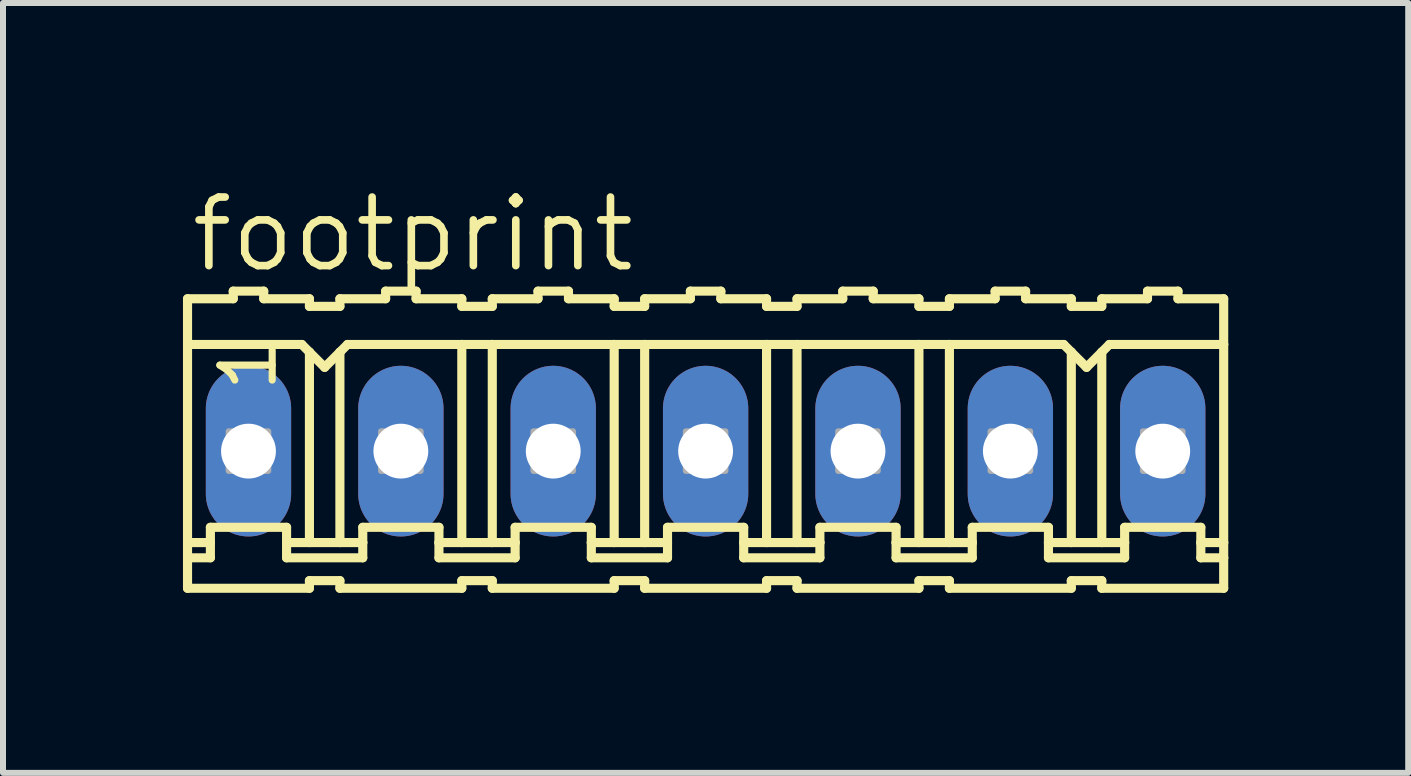
<source format=kicad_pcb>
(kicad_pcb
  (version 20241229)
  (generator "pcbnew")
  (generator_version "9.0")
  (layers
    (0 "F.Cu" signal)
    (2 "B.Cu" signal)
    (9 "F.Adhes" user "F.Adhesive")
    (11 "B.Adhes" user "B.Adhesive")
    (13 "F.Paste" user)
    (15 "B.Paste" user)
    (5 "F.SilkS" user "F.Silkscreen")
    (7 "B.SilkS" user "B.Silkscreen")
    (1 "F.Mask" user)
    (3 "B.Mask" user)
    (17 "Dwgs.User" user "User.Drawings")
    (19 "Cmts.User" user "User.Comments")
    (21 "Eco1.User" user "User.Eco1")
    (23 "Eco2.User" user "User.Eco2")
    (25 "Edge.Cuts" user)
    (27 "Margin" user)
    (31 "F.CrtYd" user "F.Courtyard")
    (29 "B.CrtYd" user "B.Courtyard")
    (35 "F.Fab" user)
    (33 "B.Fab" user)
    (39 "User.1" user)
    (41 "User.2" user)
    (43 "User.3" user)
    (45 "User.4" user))
  (footprint "footprint"
    (layer "F.Cu")
    (at 8.712 4.47)
    (property "Reference" "footprint" (at -8.636 -2.946 0) (layer "F.SilkS") (effects (font (size 1.143 1.143) (thickness 0.127)) (justify left bottom)))
    (fp_line (start -8.636 -2.54) (end -8.636 -1.778) (stroke (width 0.152) (type solid)) (layer "F.SilkS"))
    (fp_line (start -8.636 -2.54) (end -7.874 -2.54) (stroke (width 0.152) (type solid)) (layer "F.SilkS"))
    (fp_line (start -8.636 -1.778) (end -8.636 1.524) (stroke (width 0.152) (type solid)) (layer "F.SilkS"))
    (fp_line (start -8.636 1.524) (end -8.636 1.778) (stroke (width 0.152) (type solid)) (layer "F.SilkS"))
    (fp_line (start -8.636 1.778) (end -8.636 2.286) (stroke (width 0.152) (type solid)) (layer "F.SilkS"))
    (fp_line (start -8.636 1.778) (end -8.255 1.778) (stroke (width 0.152) (type solid)) (layer "F.SilkS"))
    (fp_line (start -8.255 1.27) (end -6.985 1.27) (stroke (width 0.152) (type solid)) (layer "F.SilkS"))
    (fp_line (start -8.255 1.524) (end -8.636 1.524) (stroke (width 0.152) (type solid)) (layer "F.SilkS"))
    (fp_line (start -8.255 1.524) (end -8.255 1.27) (stroke (width 0.152) (type solid)) (layer "F.SilkS"))
    (fp_line (start -8.255 1.778) (end -8.255 1.524) (stroke (width 0.152) (type solid)) (layer "F.SilkS"))
    (fp_line (start -7.874 -2.54) (end -7.874 -2.667) (stroke (width 0.152) (type solid)) (layer "F.SilkS"))
    (fp_line (start -7.366 -2.667) (end -7.874 -2.667) (stroke (width 0.152) (type solid)) (layer "F.SilkS"))
    (fp_line (start -7.366 -2.54) (end -7.366 -2.667) (stroke (width 0.152) (type solid)) (layer "F.SilkS"))
    (fp_line (start -6.985 1.524) (end -6.985 1.27) (stroke (width 0.152) (type solid)) (layer "F.SilkS"))
    (fp_line (start -6.985 1.524) (end -6.604 1.524) (stroke (width 0.152) (type solid)) (layer "F.SilkS"))
    (fp_line (start -6.985 1.778) (end -6.985 1.524) (stroke (width 0.152) (type solid)) (layer "F.SilkS"))
    (fp_line (start -6.731 -1.778) (end -8.636 -1.778) (stroke (width 0.152) (type solid)) (layer "F.SilkS"))
    (fp_line (start -6.731 -1.778) (end -6.604 -1.651) (stroke (width 0.152) (type solid)) (layer "F.SilkS"))
    (fp_line (start -6.604 -2.54) (end -7.366 -2.54) (stroke (width 0.152) (type solid)) (layer "F.SilkS"))
    (fp_line (start -6.604 -2.413) (end -6.604 -2.54) (stroke (width 0.152) (type solid)) (layer "F.SilkS"))
    (fp_line (start -6.604 -2.413) (end -6.096 -2.413) (stroke (width 0.152) (type solid)) (layer "F.SilkS"))
    (fp_line (start -6.604 -1.651) (end -6.604 1.524) (stroke (width 0.152) (type solid)) (layer "F.SilkS"))
    (fp_line (start -6.604 -1.651) (end -6.35 -1.397) (stroke (width 0.152) (type solid)) (layer "F.SilkS"))
    (fp_line (start -6.604 1.524) (end -6.096 1.524) (stroke (width 0.152) (type solid)) (layer "F.SilkS"))
    (fp_line (start -6.604 2.159) (end -6.604 2.286) (stroke (width 0.152) (type solid)) (layer "F.SilkS"))
    (fp_line (start -6.604 2.286) (end -8.636 2.286) (stroke (width 0.152) (type solid)) (layer "F.SilkS"))
    (fp_line (start -6.35 -1.397) (end -6.096 -1.651) (stroke (width 0.152) (type solid)) (layer "F.SilkS"))
    (fp_line (start -6.096 -2.54) (end -5.334 -2.54) (stroke (width 0.152) (type solid)) (layer "F.SilkS"))
    (fp_line (start -6.096 -2.413) (end -6.096 -2.54) (stroke (width 0.152) (type solid)) (layer "F.SilkS"))
    (fp_line (start -6.096 -1.651) (end -6.096 1.524) (stroke (width 0.152) (type solid)) (layer "F.SilkS"))
    (fp_line (start -6.096 -1.651) (end -5.969 -1.778) (stroke (width 0.152) (type solid)) (layer "F.SilkS"))
    (fp_line (start -6.096 1.524) (end -5.715 1.524) (stroke (width 0.152) (type solid)) (layer "F.SilkS"))
    (fp_line (start -6.096 2.159) (end -6.604 2.159) (stroke (width 0.152) (type solid)) (layer "F.SilkS"))
    (fp_line (start -6.096 2.159) (end -6.096 2.286) (stroke (width 0.152) (type solid)) (layer "F.SilkS"))
    (fp_line (start -6.096 2.286) (end -4.064 2.286) (stroke (width 0.152) (type solid)) (layer "F.SilkS"))
    (fp_line (start -5.969 -1.778) (end -4.064 -1.778) (stroke (width 0.152) (type solid)) (layer "F.SilkS"))
    (fp_line (start -5.715 1.27) (end -4.445 1.27) (stroke (width 0.152) (type solid)) (layer "F.SilkS"))
    (fp_line (start -5.715 1.524) (end -5.715 1.27) (stroke (width 0.152) (type solid)) (layer "F.SilkS"))
    (fp_line (start -5.715 1.778) (end -6.985 1.778) (stroke (width 0.152) (type solid)) (layer "F.SilkS"))
    (fp_line (start -5.715 1.778) (end -5.715 1.524) (stroke (width 0.152) (type solid)) (layer "F.SilkS"))
    (fp_line (start -5.334 -2.54) (end -5.334 -2.667) (stroke (width 0.152) (type solid)) (layer "F.SilkS"))
    (fp_line (start -4.826 -2.667) (end -5.334 -2.667) (stroke (width 0.152) (type solid)) (layer "F.SilkS"))
    (fp_line (start -4.826 -2.54) (end -4.826 -2.667) (stroke (width 0.152) (type solid)) (layer "F.SilkS"))
    (fp_line (start -4.826 -2.54) (end -4.064 -2.54) (stroke (width 0.152) (type solid)) (layer "F.SilkS"))
    (fp_line (start -4.445 1.524) (end -4.445 1.27) (stroke (width 0.152) (type solid)) (layer "F.SilkS"))
    (fp_line (start -4.445 1.524) (end -4.064 1.524) (stroke (width 0.152) (type solid)) (layer "F.SilkS"))
    (fp_line (start -4.445 1.778) (end -4.445 1.524) (stroke (width 0.152) (type solid)) (layer "F.SilkS"))
    (fp_line (start -4.445 1.778) (end -3.175 1.778) (stroke (width 0.152) (type solid)) (layer "F.SilkS"))
    (fp_line (start -4.064 -2.413) (end -4.064 -2.54) (stroke (width 0.152) (type solid)) (layer "F.SilkS"))
    (fp_line (start -4.064 -1.778) (end -4.064 1.524) (stroke (width 0.152) (type solid)) (layer "F.SilkS"))
    (fp_line (start -4.064 -1.778) (end -3.556 -1.778) (stroke (width 0.152) (type solid)) (layer "F.SilkS"))
    (fp_line (start -4.064 1.524) (end -3.556 1.524) (stroke (width 0.152) (type solid)) (layer "F.SilkS"))
    (fp_line (start -4.064 2.159) (end -4.064 2.286) (stroke (width 0.152) (type solid)) (layer "F.SilkS"))
    (fp_line (start -3.556 -2.54) (end -2.794 -2.54) (stroke (width 0.152) (type solid)) (layer "F.SilkS"))
    (fp_line (start -3.556 -2.413) (end -4.064 -2.413) (stroke (width 0.152) (type solid)) (layer "F.SilkS"))
    (fp_line (start -3.556 -2.413) (end -3.556 -2.54) (stroke (width 0.152) (type solid)) (layer "F.SilkS"))
    (fp_line (start -3.556 -1.778) (end -3.556 1.524) (stroke (width 0.152) (type solid)) (layer "F.SilkS"))
    (fp_line (start -3.556 -1.778) (end -1.524 -1.778) (stroke (width 0.152) (type solid)) (layer "F.SilkS"))
    (fp_line (start -3.556 1.524) (end -3.175 1.524) (stroke (width 0.152) (type solid)) (layer "F.SilkS"))
    (fp_line (start -3.556 2.159) (end -4.064 2.159) (stroke (width 0.152) (type solid)) (layer "F.SilkS"))
    (fp_line (start -3.556 2.159) (end -3.556 2.286) (stroke (width 0.152) (type solid)) (layer "F.SilkS"))
    (fp_line (start -3.175 1.27) (end -1.905 1.27) (stroke (width 0.152) (type solid)) (layer "F.SilkS"))
    (fp_line (start -3.175 1.524) (end -3.175 1.27) (stroke (width 0.152) (type solid)) (layer "F.SilkS"))
    (fp_line (start -3.175 1.778) (end -3.175 1.524) (stroke (width 0.152) (type solid)) (layer "F.SilkS"))
    (fp_line (start -2.794 -2.54) (end -2.794 -2.667) (stroke (width 0.152) (type solid)) (layer "F.SilkS"))
    (fp_line (start -2.286 -2.667) (end -2.794 -2.667) (stroke (width 0.152) (type solid)) (layer "F.SilkS"))
    (fp_line (start -2.286 -2.54) (end -2.286 -2.667) (stroke (width 0.152) (type solid)) (layer "F.SilkS"))
    (fp_line (start -2.286 -2.54) (end -1.524 -2.54) (stroke (width 0.152) (type solid)) (layer "F.SilkS"))
    (fp_line (start -1.905 1.524) (end -1.905 1.27) (stroke (width 0.152) (type solid)) (layer "F.SilkS"))
    (fp_line (start -1.905 1.524) (end -1.524 1.524) (stroke (width 0.152) (type solid)) (layer "F.SilkS"))
    (fp_line (start -1.905 1.778) (end -1.905 1.524) (stroke (width 0.152) (type solid)) (layer "F.SilkS"))
    (fp_line (start -1.524 -2.54) (end -1.524 -2.413) (stroke (width 0.152) (type solid)) (layer "F.SilkS"))
    (fp_line (start -1.524 -1.778) (end -1.524 1.524) (stroke (width 0.152) (type solid)) (layer "F.SilkS"))
    (fp_line (start -1.524 2.159) (end -1.524 2.286) (stroke (width 0.152) (type solid)) (layer "F.SilkS"))
    (fp_line (start -1.524 2.286) (end -3.556 2.286) (stroke (width 0.152) (type solid)) (layer "F.SilkS"))
    (fp_line (start -1.016 -2.54) (end -1.016 -2.413) (stroke (width 0.152) (type solid)) (layer "F.SilkS"))
    (fp_line (start -1.016 -2.54) (end -0.254 -2.54) (stroke (width 0.152) (type solid)) (layer "F.SilkS"))
    (fp_line (start -1.016 -2.413) (end -1.524 -2.413) (stroke (width 0.152) (type solid)) (layer "F.SilkS"))
    (fp_line (start -1.016 -1.778) (end -1.524 -1.778) (stroke (width 0.152) (type solid)) (layer "F.SilkS"))
    (fp_line (start -1.016 -1.778) (end -1.016 1.524) (stroke (width 0.152) (type solid)) (layer "F.SilkS"))
    (fp_line (start -1.016 -1.778) (end 1.016 -1.778) (stroke (width 0.152) (type solid)) (layer "F.SilkS"))
    (fp_line (start -1.016 1.524) (end -1.524 1.524) (stroke (width 0.152) (type solid)) (layer "F.SilkS"))
    (fp_line (start -1.016 2.159) (end -1.524 2.159) (stroke (width 0.152) (type solid)) (layer "F.SilkS"))
    (fp_line (start -1.016 2.159) (end -1.016 2.286) (stroke (width 0.152) (type solid)) (layer "F.SilkS"))
    (fp_line (start -0.635 1.27) (end 0.635 1.27) (stroke (width 0.152) (type solid)) (layer "F.SilkS"))
    (fp_line (start -0.635 1.524) (end -1.016 1.524) (stroke (width 0.152) (type solid)) (layer "F.SilkS"))
    (fp_line (start -0.635 1.524) (end -0.635 1.27) (stroke (width 0.152) (type solid)) (layer "F.SilkS"))
    (fp_line (start -0.635 1.778) (end -1.905 1.778) (stroke (width 0.152) (type solid)) (layer "F.SilkS"))
    (fp_line (start -0.635 1.778) (end -0.635 1.524) (stroke (width 0.152) (type solid)) (layer "F.SilkS"))
    (fp_line (start -0.254 -2.54) (end -0.254 -2.667) (stroke (width 0.152) (type solid)) (layer "F.SilkS"))
    (fp_line (start 0.254 -2.667) (end -0.254 -2.667) (stroke (width 0.152) (type solid)) (layer "F.SilkS"))
    (fp_line (start 0.254 -2.54) (end 0.254 -2.667) (stroke (width 0.152) (type solid)) (layer "F.SilkS"))
    (fp_line (start 0.635 1.524) (end 0.635 1.27) (stroke (width 0.152) (type solid)) (layer "F.SilkS"))
    (fp_line (start 0.635 1.524) (end 1.016 1.524) (stroke (width 0.152) (type solid)) (layer "F.SilkS"))
    (fp_line (start 0.635 1.778) (end 0.635 1.524) (stroke (width 0.152) (type solid)) (layer "F.SilkS"))
    (fp_line (start 1.016 -2.54) (end 0.254 -2.54) (stroke (width 0.152) (type solid)) (layer "F.SilkS"))
    (fp_line (start 1.016 -2.413) (end 1.016 -2.54) (stroke (width 0.152) (type solid)) (layer "F.SilkS"))
    (fp_line (start 1.016 -2.413) (end 1.524 -2.413) (stroke (width 0.152) (type solid)) (layer "F.SilkS"))
    (fp_line (start 1.016 -1.778) (end 1.016 1.524) (stroke (width 0.152) (type solid)) (layer "F.SilkS"))
    (fp_line (start 1.016 -1.778) (end 1.524 -1.778) (stroke (width 0.152) (type solid)) (layer "F.SilkS"))
    (fp_line (start 1.016 1.524) (end 1.524 1.524) (stroke (width 0.152) (type solid)) (layer "F.SilkS"))
    (fp_line (start 1.016 2.159) (end 1.016 2.286) (stroke (width 0.152) (type solid)) (layer "F.SilkS"))
    (fp_line (start 1.016 2.286) (end -1.016 2.286) (stroke (width 0.152) (type solid)) (layer "F.SilkS"))
    (fp_line (start 1.524 -2.54) (end 2.286 -2.54) (stroke (width 0.152) (type solid)) (layer "F.SilkS"))
    (fp_line (start 1.524 -2.413) (end 1.524 -2.54) (stroke (width 0.152) (type solid)) (layer "F.SilkS"))
    (fp_line (start 1.524 -1.778) (end 1.524 1.524) (stroke (width 0.152) (type solid)) (layer "F.SilkS"))
    (fp_line (start 1.524 -1.778) (end 3.556 -1.778) (stroke (width 0.152) (type solid)) (layer "F.SilkS"))
    (fp_line (start 1.524 1.524) (end 1.905 1.524) (stroke (width 0.152) (type solid)) (layer "F.SilkS"))
    (fp_line (start 1.524 2.159) (end 1.016 2.159) (stroke (width 0.152) (type solid)) (layer "F.SilkS"))
    (fp_line (start 1.524 2.159) (end 1.524 2.286) (stroke (width 0.152) (type solid)) (layer "F.SilkS"))
    (fp_line (start 1.905 1.27) (end 3.175 1.27) (stroke (width 0.152) (type solid)) (layer "F.SilkS"))
    (fp_line (start 1.905 1.524) (end 1.905 1.27) (stroke (width 0.152) (type solid)) (layer "F.SilkS"))
    (fp_line (start 1.905 1.778) (end 0.635 1.778) (stroke (width 0.152) (type solid)) (layer "F.SilkS"))
    (fp_line (start 1.905 1.778) (end 1.905 1.524) (stroke (width 0.152) (type solid)) (layer "F.SilkS"))
    (fp_line (start 2.286 -2.54) (end 2.286 -2.667) (stroke (width 0.152) (type solid)) (layer "F.SilkS"))
    (fp_line (start 2.794 -2.667) (end 2.286 -2.667) (stroke (width 0.152) (type solid)) (layer "F.SilkS"))
    (fp_line (start 2.794 -2.54) (end 2.794 -2.667) (stroke (width 0.152) (type solid)) (layer "F.SilkS"))
    (fp_line (start 3.175 1.524) (end 3.175 1.27) (stroke (width 0.152) (type solid)) (layer "F.SilkS"))
    (fp_line (start 3.175 1.524) (end 3.556 1.524) (stroke (width 0.152) (type solid)) (layer "F.SilkS"))
    (fp_line (start 3.175 1.778) (end 3.175 1.524) (stroke (width 0.152) (type solid)) (layer "F.SilkS"))
    (fp_line (start 3.556 -2.54) (end 2.794 -2.54) (stroke (width 0.152) (type solid)) (layer "F.SilkS"))
    (fp_line (start 3.556 -2.413) (end 3.556 -2.54) (stroke (width 0.152) (type solid)) (layer "F.SilkS"))
    (fp_line (start 3.556 -2.413) (end 4.064 -2.413) (stroke (width 0.152) (type solid)) (layer "F.SilkS"))
    (fp_line (start 3.556 -1.778) (end 3.556 1.524) (stroke (width 0.152) (type solid)) (layer "F.SilkS"))
    (fp_line (start 3.556 -1.778) (end 4.064 -1.778) (stroke (width 0.152) (type solid)) (layer "F.SilkS"))
    (fp_line (start 3.556 1.524) (end 4.064 1.524) (stroke (width 0.152) (type solid)) (layer "F.SilkS"))
    (fp_line (start 3.556 2.159) (end 3.556 2.286) (stroke (width 0.152) (type solid)) (layer "F.SilkS"))
    (fp_line (start 3.556 2.286) (end 1.524 2.286) (stroke (width 0.152) (type solid)) (layer "F.SilkS"))
    (fp_line (start 4.064 -2.54) (end 4.826 -2.54) (stroke (width 0.152) (type solid)) (layer "F.SilkS"))
    (fp_line (start 4.064 -2.413) (end 4.064 -2.54) (stroke (width 0.152) (type solid)) (layer "F.SilkS"))
    (fp_line (start 4.064 -1.778) (end 4.064 1.524) (stroke (width 0.152) (type solid)) (layer "F.SilkS"))
    (fp_line (start 4.064 -1.778) (end 5.969 -1.778) (stroke (width 0.152) (type solid)) (layer "F.SilkS"))
    (fp_line (start 4.064 1.524) (end 4.445 1.524) (stroke (width 0.152) (type solid)) (layer "F.SilkS"))
    (fp_line (start 4.064 2.159) (end 3.556 2.159) (stroke (width 0.152) (type solid)) (layer "F.SilkS"))
    (fp_line (start 4.064 2.159) (end 4.064 2.286) (stroke (width 0.152) (type solid)) (layer "F.SilkS"))
    (fp_line (start 4.445 1.27) (end 5.715 1.27) (stroke (width 0.152) (type solid)) (layer "F.SilkS"))
    (fp_line (start 4.445 1.524) (end 4.445 1.27) (stroke (width 0.152) (type solid)) (layer "F.SilkS"))
    (fp_line (start 4.445 1.778) (end 3.175 1.778) (stroke (width 0.152) (type solid)) (layer "F.SilkS"))
    (fp_line (start 4.445 1.778) (end 4.445 1.524) (stroke (width 0.152) (type solid)) (layer "F.SilkS"))
    (fp_line (start 4.826 -2.54) (end 4.826 -2.667) (stroke (width 0.152) (type solid)) (layer "F.SilkS"))
    (fp_line (start 5.334 -2.667) (end 4.826 -2.667) (stroke (width 0.152) (type solid)) (layer "F.SilkS"))
    (fp_line (start 5.334 -2.54) (end 5.334 -2.667) (stroke (width 0.152) (type solid)) (layer "F.SilkS"))
    (fp_line (start 5.334 -2.54) (end 6.096 -2.54) (stroke (width 0.152) (type solid)) (layer "F.SilkS"))
    (fp_line (start 5.715 1.524) (end 5.715 1.27) (stroke (width 0.152) (type solid)) (layer "F.SilkS"))
    (fp_line (start 5.715 1.524) (end 6.096 1.524) (stroke (width 0.152) (type solid)) (layer "F.SilkS"))
    (fp_line (start 5.715 1.778) (end 5.715 1.524) (stroke (width 0.152) (type solid)) (layer "F.SilkS"))
    (fp_line (start 5.715 1.778) (end 6.985 1.778) (stroke (width 0.152) (type solid)) (layer "F.SilkS"))
    (fp_line (start 5.969 -1.778) (end 6.096 -1.651) (stroke (width 0.152) (type solid)) (layer "F.SilkS"))
    (fp_line (start 6.096 -2.413) (end 6.096 -2.54) (stroke (width 0.152) (type solid)) (layer "F.SilkS"))
    (fp_line (start 6.096 -1.651) (end 6.096 1.524) (stroke (width 0.152) (type solid)) (layer "F.SilkS"))
    (fp_line (start 6.096 -1.651) (end 6.35 -1.397) (stroke (width 0.152) (type solid)) (layer "F.SilkS"))
    (fp_line (start 6.096 1.524) (end 6.604 1.524) (stroke (width 0.152) (type solid)) (layer "F.SilkS"))
    (fp_line (start 6.096 2.159) (end 6.096 2.286) (stroke (width 0.152) (type solid)) (layer "F.SilkS"))
    (fp_line (start 6.096 2.286) (end 4.064 2.286) (stroke (width 0.152) (type solid)) (layer "F.SilkS"))
    (fp_line (start 6.35 -1.397) (end 6.604 -1.651) (stroke (width 0.152) (type solid)) (layer "F.SilkS"))
    (fp_line (start 6.604 -2.54) (end 7.366 -2.54) (stroke (width 0.152) (type solid)) (layer "F.SilkS"))
    (fp_line (start 6.604 -2.413) (end 6.096 -2.413) (stroke (width 0.152) (type solid)) (layer "F.SilkS"))
    (fp_line (start 6.604 -2.413) (end 6.604 -2.54) (stroke (width 0.152) (type solid)) (layer "F.SilkS"))
    (fp_line (start 6.604 -1.651) (end 6.604 1.524) (stroke (width 0.152) (type solid)) (layer "F.SilkS"))
    (fp_line (start 6.604 -1.651) (end 6.731 -1.778) (stroke (width 0.152) (type solid)) (layer "F.SilkS"))
    (fp_line (start 6.604 1.524) (end 6.985 1.524) (stroke (width 0.152) (type solid)) (layer "F.SilkS"))
    (fp_line (start 6.604 2.159) (end 6.096 2.159) (stroke (width 0.152) (type solid)) (layer "F.SilkS"))
    (fp_line (start 6.604 2.159) (end 6.604 2.286) (stroke (width 0.152) (type solid)) (layer "F.SilkS"))
    (fp_line (start 6.731 -1.778) (end 8.636 -1.778) (stroke (width 0.152) (type solid)) (layer "F.SilkS"))
    (fp_line (start 6.985 1.27) (end 8.255 1.27) (stroke (width 0.152) (type solid)) (layer "F.SilkS"))
    (fp_line (start 6.985 1.524) (end 6.985 1.27) (stroke (width 0.152) (type solid)) (layer "F.SilkS"))
    (fp_line (start 6.985 1.778) (end 6.985 1.524) (stroke (width 0.152) (type solid)) (layer "F.SilkS"))
    (fp_line (start 7.366 -2.54) (end 7.366 -2.667) (stroke (width 0.152) (type solid)) (layer "F.SilkS"))
    (fp_line (start 7.874 -2.667) (end 7.366 -2.667) (stroke (width 0.152) (type solid)) (layer "F.SilkS"))
    (fp_line (start 7.874 -2.54) (end 7.874 -2.667) (stroke (width 0.152) (type solid)) (layer "F.SilkS"))
    (fp_line (start 7.874 -2.54) (end 8.636 -2.54) (stroke (width 0.152) (type solid)) (layer "F.SilkS"))
    (fp_line (start 8.255 1.524) (end 8.255 1.27) (stroke (width 0.152) (type solid)) (layer "F.SilkS"))
    (fp_line (start 8.255 1.524) (end 8.636 1.524) (stroke (width 0.152) (type solid)) (layer "F.SilkS"))
    (fp_line (start 8.255 1.778) (end 8.255 1.524) (stroke (width 0.152) (type solid)) (layer "F.SilkS"))
    (fp_line (start 8.636 -1.778) (end 8.636 -2.54) (stroke (width 0.152) (type solid)) (layer "F.SilkS"))
    (fp_line (start 8.636 -1.778) (end 8.636 1.524) (stroke (width 0.152) (type solid)) (layer "F.SilkS"))
    (fp_line (start 8.636 1.524) (end 8.636 1.778) (stroke (width 0.152) (type solid)) (layer "F.SilkS"))
    (fp_line (start 8.636 1.778) (end 8.255 1.778) (stroke (width 0.152) (type solid)) (layer "F.SilkS"))
    (fp_line (start 8.636 1.778) (end 8.636 2.286) (stroke (width 0.152) (type solid)) (layer "F.SilkS"))
    (fp_line (start 8.636 2.286) (end 6.604 2.286) (stroke (width 0.152) (type solid)) (layer "F.SilkS"))
    (fp_poly (pts (xy -7.95 0.33) (xy -7.29 0.33) (xy -7.29 -0.33) (xy -7.95 -0.33)) (stroke (width 0.1) (type solid)) (fill no) (layer "F.Fab"))
    (fp_poly (pts (xy -5.41 0.33) (xy -4.75 0.33) (xy -4.75 -0.33) (xy -5.41 -0.33)) (stroke (width 0.1) (type solid)) (fill no) (layer "F.Fab"))
    (fp_poly (pts (xy -2.87 0.33) (xy -2.21 0.33) (xy -2.21 -0.33) (xy -2.87 -0.33)) (stroke (width 0.1) (type solid)) (fill no) (layer "F.Fab"))
    (fp_poly (pts (xy -0.33 0.33) (xy 0.33 0.33) (xy 0.33 -0.33) (xy -0.33 -0.33)) (stroke (width 0.1) (type solid)) (fill no) (layer "F.Fab"))
    (fp_poly (pts (xy 2.21 0.33) (xy 2.87 0.33) (xy 2.87 -0.33) (xy 2.21 -0.33)) (stroke (width 0.1) (type solid)) (fill no) (layer "F.Fab"))
    (fp_poly (pts (xy 4.75 0.33) (xy 5.41 0.33) (xy 5.41 -0.33) (xy 4.75 -0.33)) (stroke (width 0.1) (type solid)) (fill no) (layer "F.Fab"))
    (fp_poly (pts (xy 7.29 0.33) (xy 7.95 0.33) (xy 7.95 -0.33) (xy 7.29 -0.33)) (stroke (width 0.1) (type solid)) (fill no) (layer "F.Fab"))
    (fp_text user "1" (at -7.112 -0.94 90) (layer "F.SilkS") (effects (font (size 0.872 0.872) (thickness 0.119)) (justify left bottom)))
    (pad "1" thru_hole oval (at -7.62 0 90) (size 2.845 1.422) (drill 0.914) (layers "*.Cu" "*.Mask"))
    (pad "2" thru_hole oval (at -5.08 0 90) (size 2.845 1.422) (drill 0.914) (layers "*.Cu" "*.Mask"))
    (pad "3" thru_hole oval (at -2.54 0 90) (size 2.845 1.422) (drill 0.914) (layers "*.Cu" "*.Mask"))
    (pad "4" thru_hole oval (at 0 0 90) (size 2.845 1.422) (drill 0.914) (layers "*.Cu" "*.Mask"))
    (pad "5" thru_hole oval (at 2.54 0 90) (size 2.845 1.422) (drill 0.914) (layers "*.Cu" "*.Mask"))
    (pad "6" thru_hole oval (at 5.08 0 90) (size 2.845 1.422) (drill 0.914) (layers "*.Cu" "*.Mask"))
    (pad "7" thru_hole oval (at 7.62 0 90) (size 2.845 1.422) (drill 0.914) (layers "*.Cu" "*.Mask")))
  (gr_rect
    (start -3 -3)
    (end 20.424 9.833)
    (stroke (width 0.1) (type default))
    (fill no)
    (layer "Edge.Cuts")))
</source>
